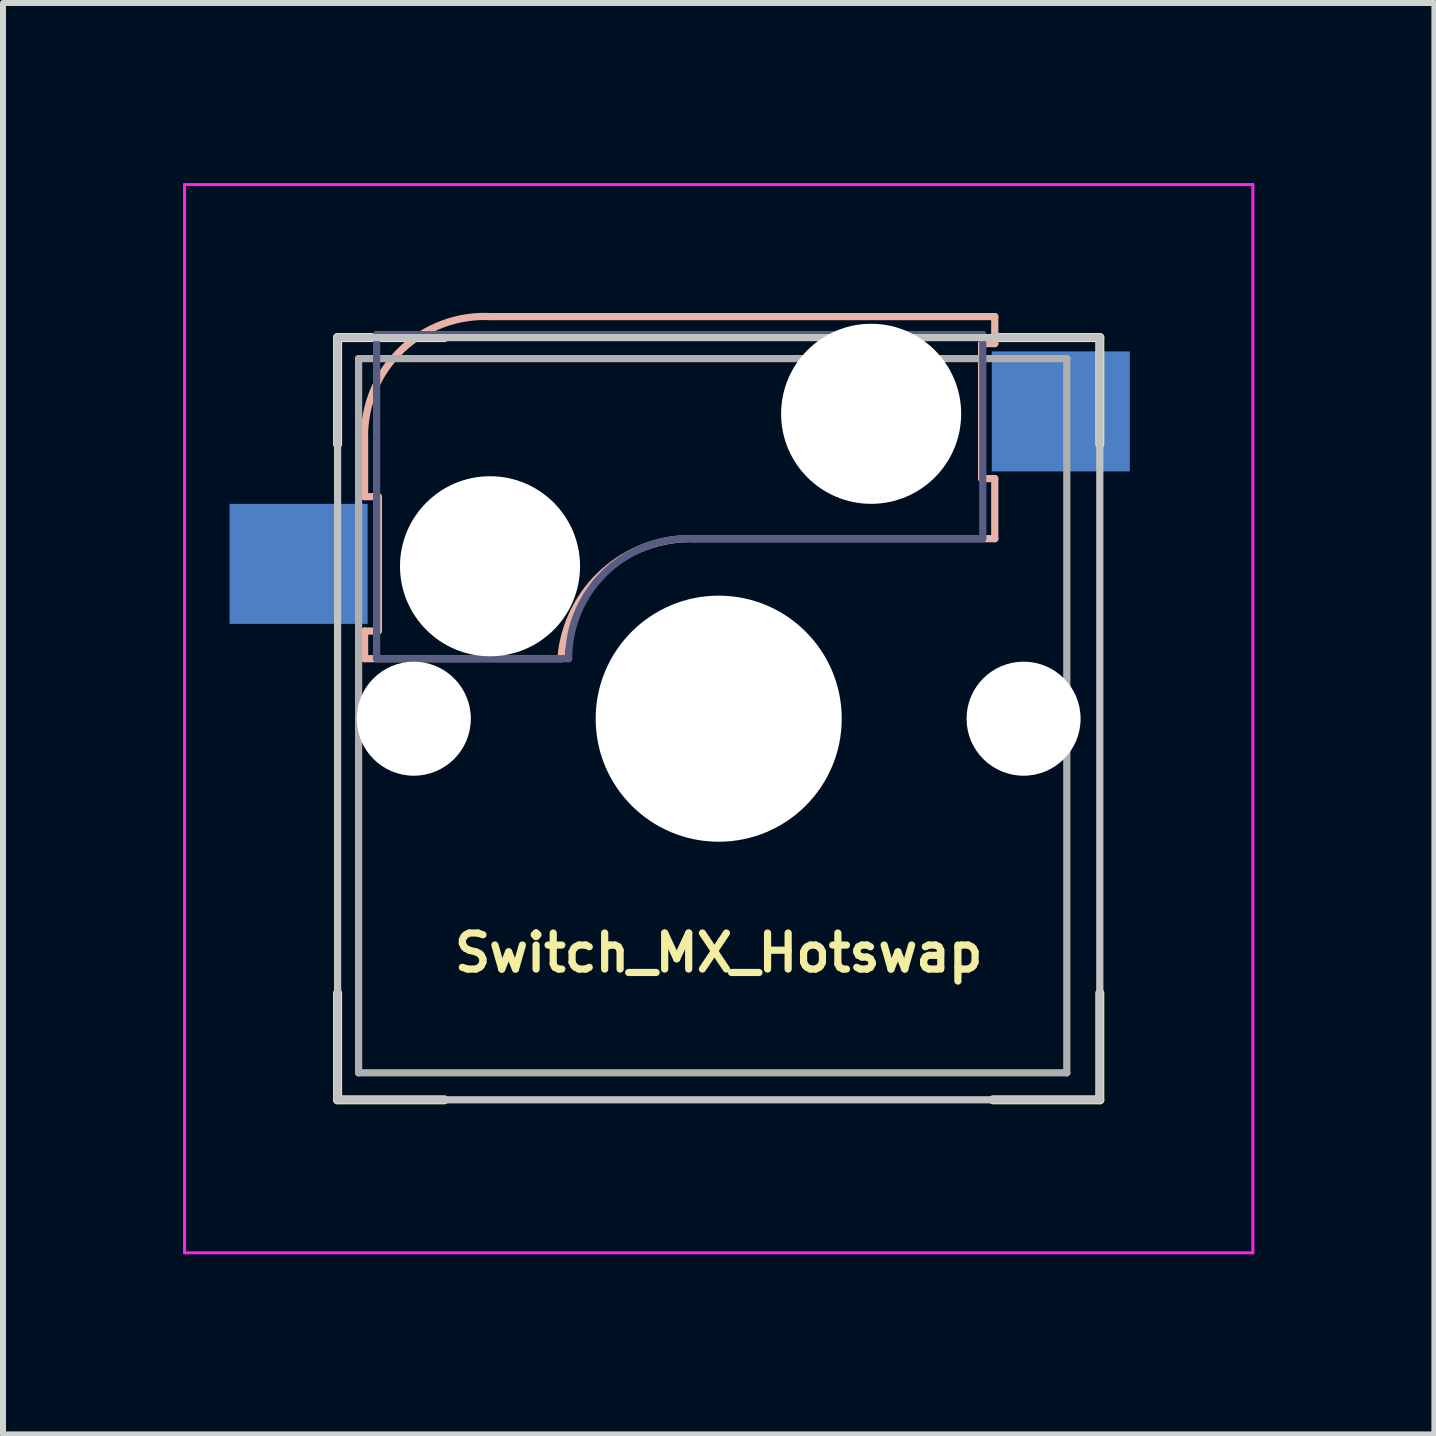
<source format=kicad_pcb>
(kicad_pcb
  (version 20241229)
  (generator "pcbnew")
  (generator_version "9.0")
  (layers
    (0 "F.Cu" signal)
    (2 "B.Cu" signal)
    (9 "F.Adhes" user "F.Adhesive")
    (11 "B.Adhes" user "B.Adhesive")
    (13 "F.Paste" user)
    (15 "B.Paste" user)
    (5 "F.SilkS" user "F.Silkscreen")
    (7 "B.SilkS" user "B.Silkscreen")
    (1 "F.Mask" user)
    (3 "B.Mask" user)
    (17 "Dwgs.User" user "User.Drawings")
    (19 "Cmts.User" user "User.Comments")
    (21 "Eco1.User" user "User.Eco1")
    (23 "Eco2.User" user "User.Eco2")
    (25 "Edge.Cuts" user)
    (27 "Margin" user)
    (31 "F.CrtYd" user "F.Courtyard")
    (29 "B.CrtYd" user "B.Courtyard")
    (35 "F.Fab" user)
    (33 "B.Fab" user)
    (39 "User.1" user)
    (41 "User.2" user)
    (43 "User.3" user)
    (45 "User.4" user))
  (footprint "Switch_MX_Hotswap"
    (layer "F.Cu")
    (at 8.925 8.925)
    (property "Reference" "Switch_MX_Hotswap" (at 0 3.9 0) (layer "F.SilkS") (effects (font (size 0.6 0.6) (thickness 0.12))))
    (attr through_hole)
    (fp_line (start -6.35 -6.35) (end -4.572 -6.35) (stroke (width 0.15) (type solid)) (layer "F.SilkS"))
    (fp_line (start -6.35 -4.572) (end -6.35 -6.35) (stroke (width 0.15) (type solid)) (layer "F.SilkS"))
    (fp_line (start -6.35 4.572) (end -6.35 6.35) (stroke (width 0.15) (type solid)) (layer "F.SilkS"))
    (fp_line (start -6.35 6.35) (end -4.572 6.35) (stroke (width 0.15) (type solid)) (layer "F.SilkS"))
    (fp_line (start 4.572 -6.35) (end 6.35 -6.35) (stroke (width 0.15) (type solid)) (layer "F.SilkS"))
    (fp_line (start 4.572 6.35) (end 6.35 6.35) (stroke (width 0.15) (type solid)) (layer "F.SilkS"))
    (fp_line (start 6.35 -6.35) (end 6.35 -4.572) (stroke (width 0.15) (type solid)) (layer "F.SilkS"))
    (fp_line (start 6.35 6.35) (end 6.35 4.572) (stroke (width 0.15) (type solid)) (layer "F.SilkS"))
    (fp_line (start -5.9 -4.7) (end -5.9 -3.7) (stroke (width 0.12) (type solid)) (layer "B.SilkS"))
    (fp_line (start -5.9 -3.7) (end -5.7 -3.7) (stroke (width 0.12) (type solid)) (layer "B.SilkS"))
    (fp_line (start -5.9 -1) (end -5.9 -1.46) (stroke (width 0.12) (type solid)) (layer "B.SilkS"))
    (fp_line (start -5.9 -1) (end -2.62 -1) (stroke (width 0.12) (type solid)) (layer "B.SilkS"))
    (fp_line (start -5.7 -1.46) (end -5.9 -1.46) (stroke (width 0.12) (type solid)) (layer "B.SilkS"))
    (fp_line (start -5.67 -3.7) (end -5.67 -1.46) (stroke (width 0.12) (type solid)) (layer "B.SilkS"))
    (fp_line (start -0.4 -3) (end 4.6 -3) (stroke (width 0.12) (type solid)) (layer "B.SilkS"))
    (fp_line (start 4.38 -4) (end 4.38 -6.25) (stroke (width 0.12) (type solid)) (layer "B.SilkS"))
    (fp_line (start 4.4 -6.25) (end 4.6 -6.25) (stroke (width 0.12) (type solid)) (layer "B.SilkS"))
    (fp_line (start 4.6 -6.25) (end 4.6 -6.7) (stroke (width 0.12) (type solid)) (layer "B.SilkS"))
    (fp_line (start 4.6 -4) (end 4.4 -4) (stroke (width 0.12) (type solid)) (layer "B.SilkS"))
    (fp_line (start 4.6 -3) (end 4.6 -4) (stroke (width 0.12) (type solid)) (layer "B.SilkS"))
    (fp_line (start 4.6 -6.7) (end -3.8 -6.7) (stroke (width 0.12) (type solid)) (layer "B.SilkS"))
    (fp_arc (start -5.902497 -4.7) (mid -5.280171 -6.150904) (end -3.8 -6.7) (stroke (width 0.12) (type solid)) (layer "B.SilkS"))
    (fp_arc (start -2.62925 -1.00073) (mid -1.914477 -2.446213) (end -0.4 -3) (stroke (width 0.12) (type solid)) (layer "B.SilkS"))
    (fp_line (start -6.35 -6.35) (end 6.35 -6.35) (stroke (width 0.12) (type solid)) (layer "Dwgs.User"))
    (fp_line (start -6.35 6.35) (end -6.35 -6.35) (stroke (width 0.12) (type solid)) (layer "Dwgs.User"))
    (fp_line (start 6.35 -6.35) (end 6.35 6.35) (stroke (width 0.12) (type solid)) (layer "Dwgs.User"))
    (fp_line (start 6.35 6.35) (end -6.35 6.35) (stroke (width 0.12) (type solid)) (layer "Dwgs.User"))
    (fp_line (start -8.9 -8.9) (end 8.9 -8.9) (stroke (width 0.05) (type solid)) (layer "F.CrtYd"))
    (fp_line (start -8.9 8.9) (end -8.9 -8.9) (stroke (width 0.05) (type solid)) (layer "F.CrtYd"))
    (fp_line (start 8.9 -8.9) (end 8.9 8.9) (stroke (width 0.05) (type solid)) (layer "F.CrtYd"))
    (fp_line (start 8.9 8.9) (end -8.9 8.9) (stroke (width 0.05) (type solid)) (layer "F.CrtYd"))
    (fp_line (start -5.7 -6.4) (end 4.4 -6.4) (stroke (width 0.12) (type solid)) (layer "B.Fab"))
    (fp_line (start -5.7 -1) (end -5.7 -6.4) (stroke (width 0.12) (type solid)) (layer "B.Fab"))
    (fp_line (start -2.5 -1) (end -5.7 -1) (stroke (width 0.12) (type solid)) (layer "B.Fab"))
    (fp_line (start 4.4 -6.4) (end 4.4 -3) (stroke (width 0.12) (type solid)) (layer "B.Fab"))
    (fp_line (start 4.4 -3) (end -0.5 -3) (stroke (width 0.12) (type solid)) (layer "B.Fab"))
    (fp_arc (start -2.5 -1) (mid -1.914214 -2.414214) (end -0.5 -3) (stroke (width 0.12) (type solid)) (layer "B.Fab"))
    (fp_line (start -6 -6) (end -6 5.9) (stroke (width 0.12) (type solid)) (layer "F.Fab"))
    (fp_line (start -6 5.9) (end 5.8 5.9) (stroke (width 0.12) (type solid)) (layer "F.Fab"))
    (fp_line (start 5.8 -6) (end -6 -6) (stroke (width 0.12) (type solid)) (layer "F.Fab"))
    (fp_line (start 5.8 5.9) (end 5.8 -6) (stroke (width 0.12) (type solid)) (layer "F.Fab"))
    (pad "" np_thru_hole circle (at -5.08 0) (size 1.9 1.9) (drill 1.9) (layers "*.Cu" "*.Mask"))
    (pad "" np_thru_hole circle (at -3.81 -2.54 180) (size 3 3) (drill 3) (layers "*.Cu" "*.Mask"))
    (pad "" np_thru_hole circle (at 0 0 90) (size 4.1 4.1) (drill 4.1) (layers "*.Cu" "*.Mask"))
    (pad "" np_thru_hole circle (at 2.54 -5.08 180) (size 3 3) (drill 3) (layers "*.Cu" "*.Mask"))
    (pad "" np_thru_hole circle (at 5.08 0) (size 1.9 1.9) (drill 1.9) (layers "*.Cu" "*.Mask"))
    (pad "1" smd rect (at -7 -2.58 180) (size 2.3 2) (layers "B.Cu" "B.Mask" "B.Paste"))
    (pad "2" smd rect (at 5.7 -5.12 180) (size 2.3 2) (layers "B.Cu" "B.Mask" "B.Paste")))
  (gr_rect
    (start -3 -3)
    (end 20.85 20.85)
    (stroke (width 0.1) (type default))
    (fill no)
    (layer "Edge.Cuts")))
</source>
